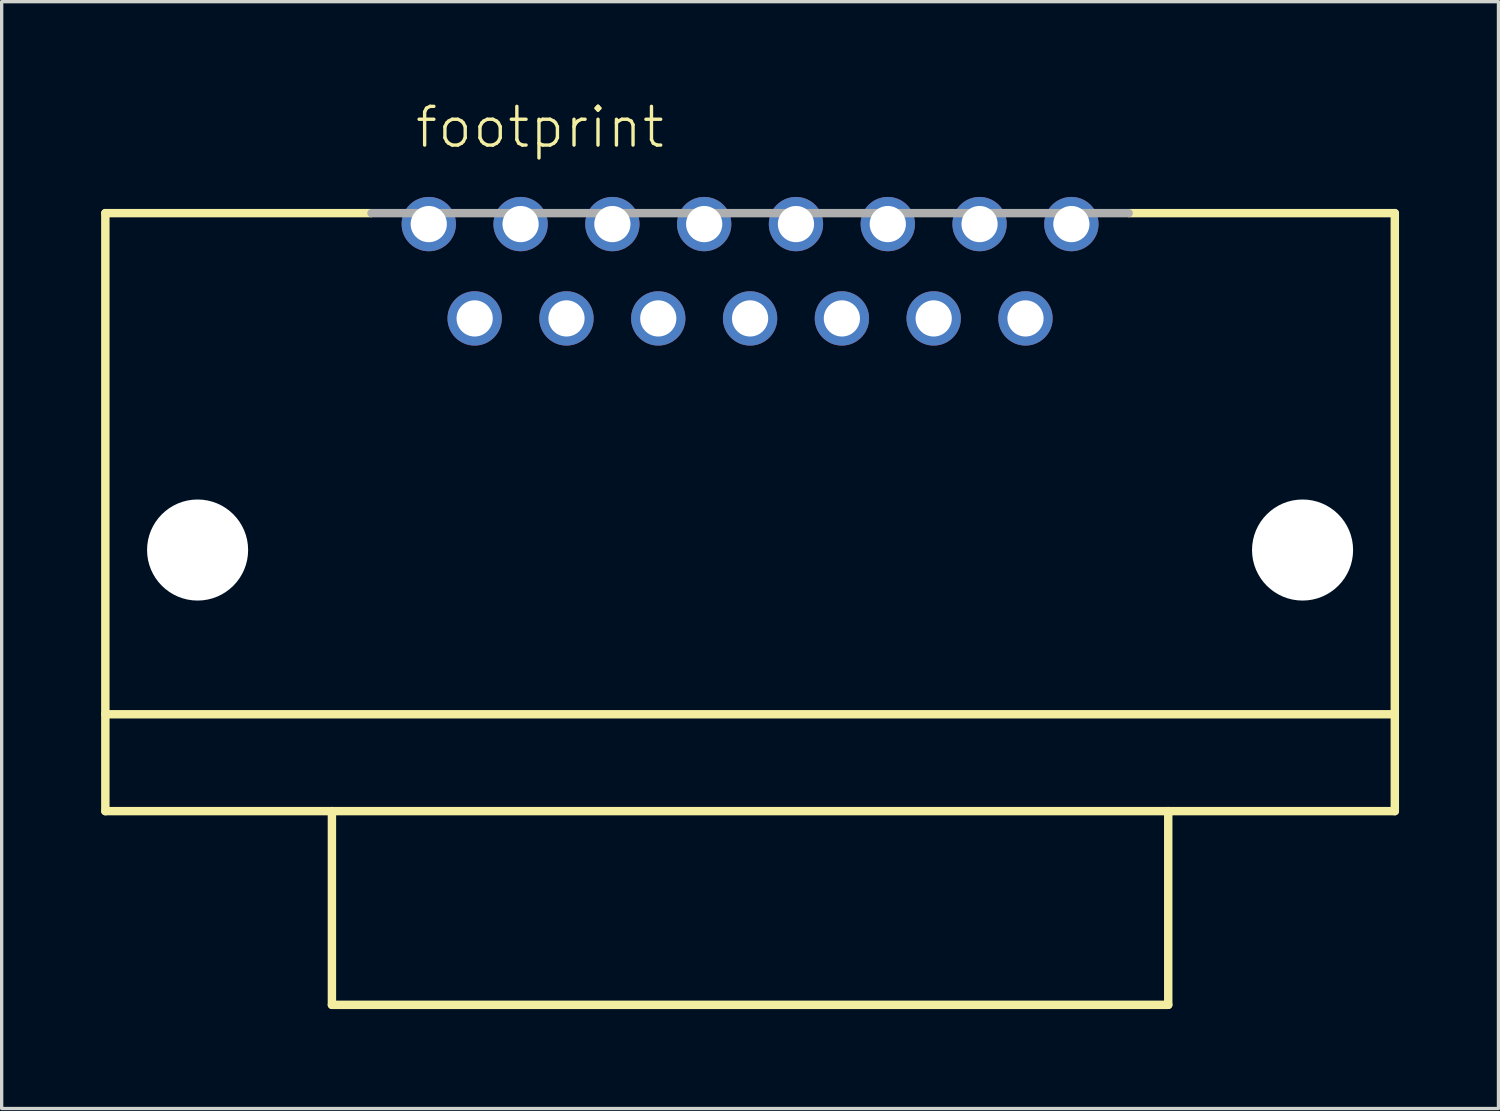
<source format=kicad_pcb>
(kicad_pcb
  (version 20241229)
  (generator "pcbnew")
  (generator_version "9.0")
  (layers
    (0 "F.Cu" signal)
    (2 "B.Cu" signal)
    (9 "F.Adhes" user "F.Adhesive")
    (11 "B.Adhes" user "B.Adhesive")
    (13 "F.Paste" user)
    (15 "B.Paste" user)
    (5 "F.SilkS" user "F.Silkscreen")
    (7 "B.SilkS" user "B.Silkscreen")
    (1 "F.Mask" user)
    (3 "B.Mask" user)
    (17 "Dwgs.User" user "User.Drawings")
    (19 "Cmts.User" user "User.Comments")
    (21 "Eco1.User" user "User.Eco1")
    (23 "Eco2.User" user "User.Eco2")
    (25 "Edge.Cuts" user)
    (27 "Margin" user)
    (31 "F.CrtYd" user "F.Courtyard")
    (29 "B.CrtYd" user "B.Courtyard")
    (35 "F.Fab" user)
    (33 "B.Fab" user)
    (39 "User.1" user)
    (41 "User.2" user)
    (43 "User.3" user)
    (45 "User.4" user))
  (footprint "footprint"
    (layer "F.Cu")
    (at 19.571 11.633)
    (property "Reference" "footprint" (at -10.16 -10.16 0) (layer "F.SilkS") (effects (font (size 1.168 1.168) (thickness 0.102)) (justify left bottom)))
    (fp_line (start -19.444 -8.255) (end -11.443 -8.255) (stroke (width 0.254) (type solid)) (layer "F.SilkS"))
    (fp_line (start -19.444 6.858) (end 19.444 6.858) (stroke (width 0.254) (type solid)) (layer "F.SilkS"))
    (fp_line (start -19.444 9.779) (end -19.444 -8.255) (stroke (width 0.254) (type solid)) (layer "F.SilkS"))
    (fp_line (start -12.611 9.779) (end -19.444 9.779) (stroke (width 0.254) (type solid)) (layer "F.SilkS"))
    (fp_line (start -12.611 9.779) (end 12.611 9.779) (stroke (width 0.254) (type solid)) (layer "F.SilkS"))
    (fp_line (start -12.611 15.621) (end -12.611 9.779) (stroke (width 0.254) (type solid)) (layer "F.SilkS"))
    (fp_line (start 12.611 9.779) (end 12.611 15.621) (stroke (width 0.254) (type solid)) (layer "F.SilkS"))
    (fp_line (start 12.611 15.621) (end -12.611 15.621) (stroke (width 0.254) (type solid)) (layer "F.SilkS"))
    (fp_line (start 19.444 -8.255) (end 11.443 -8.255) (stroke (width 0.254) (type solid)) (layer "F.SilkS"))
    (fp_line (start 19.444 -8.255) (end 19.444 9.779) (stroke (width 0.254) (type solid)) (layer "F.SilkS"))
    (fp_line (start 19.444 9.779) (end 12.611 9.779) (stroke (width 0.254) (type solid)) (layer "F.SilkS"))
    (fp_line (start -11.417 -8.255) (end 11.417 -8.255) (stroke (width 0.254) (type solid)) (layer "F.Fab"))
    (pad "" np_thru_hole circle (at -16.662 1.905) (size 3.048 3.048) (drill 3.048) (layers "*.Cu" "*.Mask"))
    (pad "" np_thru_hole circle (at 16.662 1.905) (size 3.048 3.048) (drill 3.048) (layers "*.Cu" "*.Mask"))
    (pad "1" thru_hole circle (at -9.69 -7.925) (size 1.638 1.638) (drill 1.092) (layers "*.Cu" "*.Mask"))
    (pad "2" thru_hole circle (at -6.921 -7.925) (size 1.638 1.638) (drill 1.092) (layers "*.Cu" "*.Mask"))
    (pad "3" thru_hole circle (at -4.153 -7.925) (size 1.638 1.638) (drill 1.092) (layers "*.Cu" "*.Mask"))
    (pad "4" thru_hole circle (at -1.384 -7.925) (size 1.638 1.638) (drill 1.092) (layers "*.Cu" "*.Mask"))
    (pad "5" thru_hole circle (at 1.384 -7.925) (size 1.638 1.638) (drill 1.092) (layers "*.Cu" "*.Mask"))
    (pad "6" thru_hole circle (at 4.153 -7.925) (size 1.638 1.638) (drill 1.092) (layers "*.Cu" "*.Mask"))
    (pad "7" thru_hole circle (at 6.921 -7.925) (size 1.638 1.638) (drill 1.092) (layers "*.Cu" "*.Mask"))
    (pad "8" thru_hole circle (at 9.69 -7.925) (size 1.638 1.638) (drill 1.092) (layers "*.Cu" "*.Mask"))
    (pad "9" thru_hole circle (at -8.306 -5.08) (size 1.638 1.638) (drill 1.092) (layers "*.Cu" "*.Mask"))
    (pad "10" thru_hole circle (at -5.537 -5.08) (size 1.638 1.638) (drill 1.092) (layers "*.Cu" "*.Mask"))
    (pad "11" thru_hole circle (at -2.769 -5.08) (size 1.638 1.638) (drill 1.092) (layers "*.Cu" "*.Mask"))
    (pad "12" thru_hole circle (at 0 -5.08) (size 1.638 1.638) (drill 1.092) (layers "*.Cu" "*.Mask"))
    (pad "13" thru_hole circle (at 2.769 -5.08) (size 1.638 1.638) (drill 1.092) (layers "*.Cu" "*.Mask"))
    (pad "14" thru_hole circle (at 5.537 -5.08) (size 1.638 1.638) (drill 1.092) (layers "*.Cu" "*.Mask"))
    (pad "15" thru_hole circle (at 8.306 -5.08) (size 1.638 1.638) (drill 1.092) (layers "*.Cu" "*.Mask")))
  (gr_rect
    (start -3 -3)
    (end 42.141 30.381)
    (stroke (width 0.1) (type default))
    (fill no)
    (layer "Edge.Cuts")))
</source>
